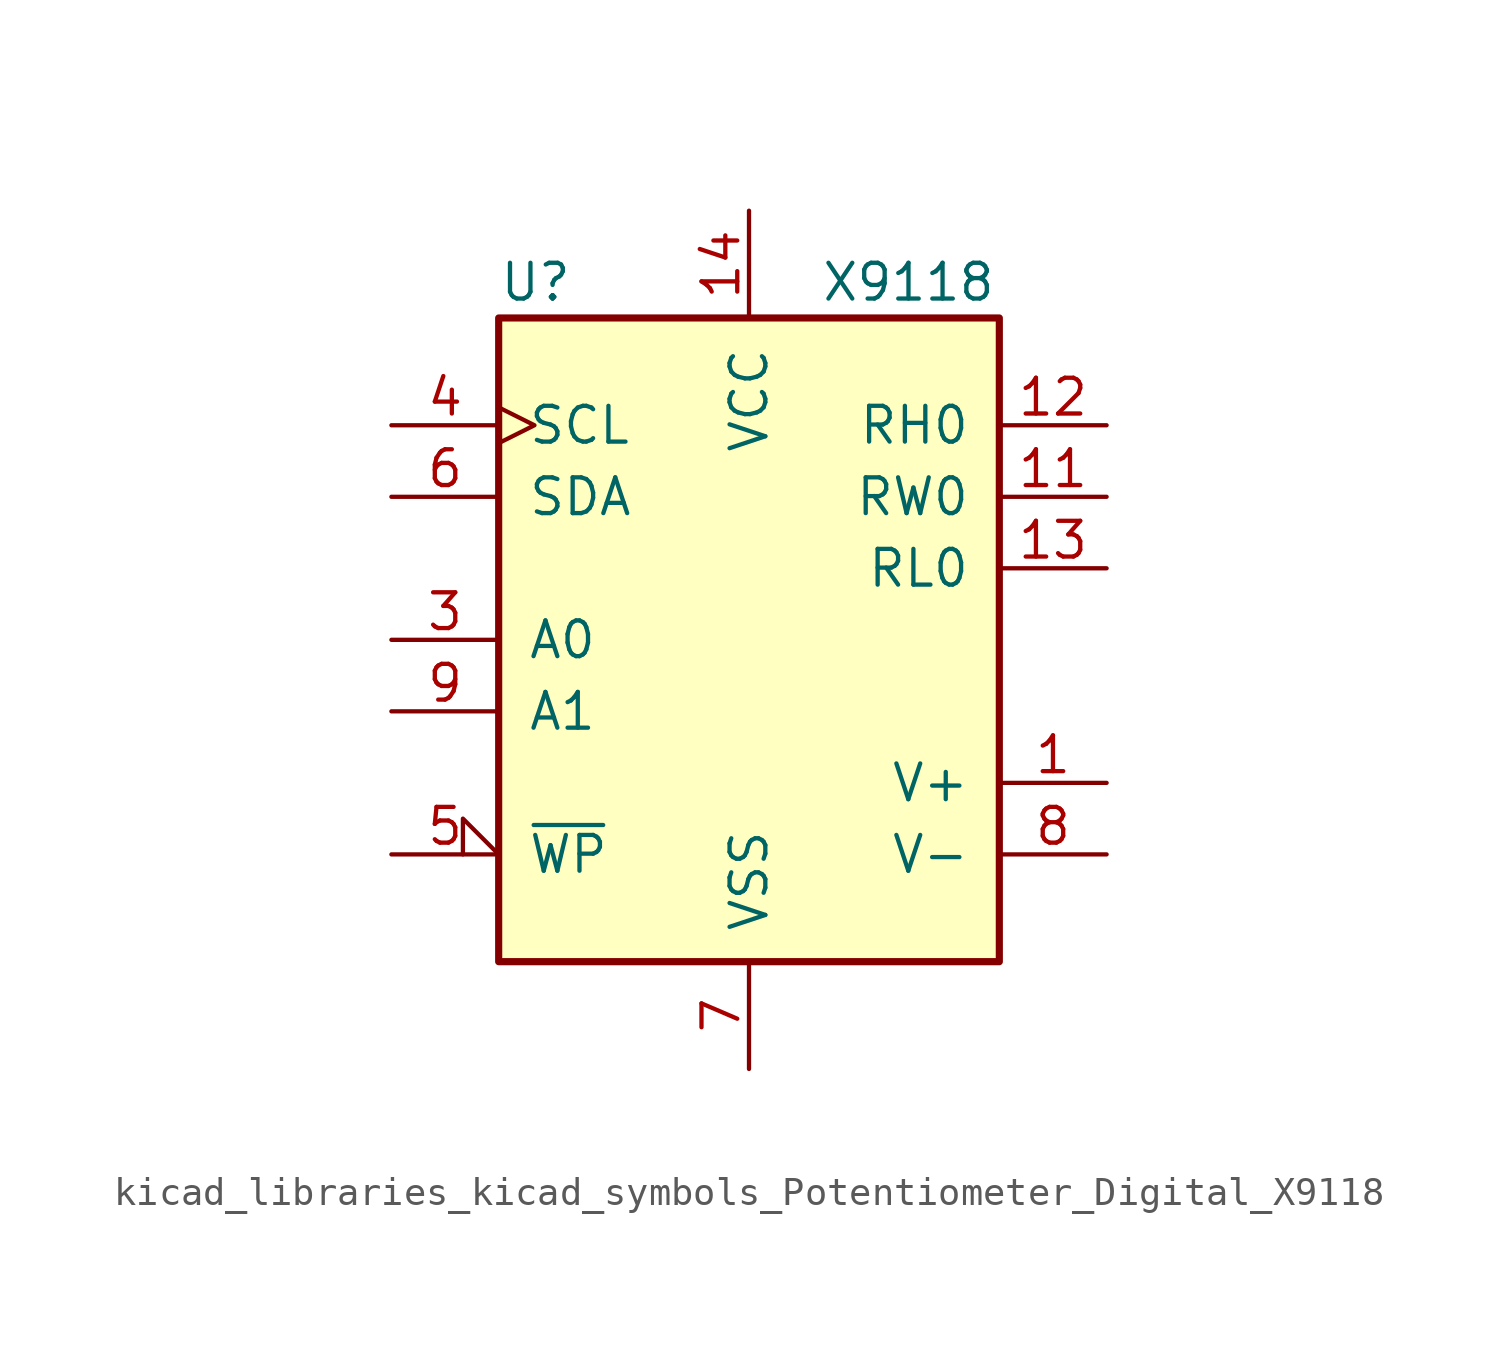
<source format=kicad_sym>
(kicad_symbol_lib
  (version 20220914)
  (generator kicad_symbol_editor)
  (symbol "kicad_libraries_kicad_symbols_Potentiometer_Digital_X9118"
    (pin_names
      (offset 1.016))
    (property "Reference" "U"
      (at -8.89 12.7 0)
      (effects (font (size 1.27 1.27)) (justify left)))
    (property "Value" "X9118"
      (at 2.54 12.7 0)
      (effects (font (size 1.27 1.27)) (justify left)))
    (symbol "kicad_libraries_kicad_symbols_Potentiometer_Digital_X9118_0_0"
      (pin passive line (at 12.7 -5.08 180) (length 3.81) (name "V+" (effects (font (size 1.27 1.27)))) (number "1" (effects (font (size 1.27 1.27)))))
      (pin power_in line (at 0 15.24 270) (length 3.81) (name "VCC" (effects (font (size 1.27 1.27)))) (number "14" (effects (font (size 1.27 1.27)))))
      (pin input line (at -12.7 0 0) (length 3.81) (name "A0" (effects (font (size 1.27 1.27)))) (number "3" (effects (font (size 1.27 1.27)))))
      (pin input clock (at -12.7 7.62 0) (length 3.81) (name "SCL" (effects (font (size 1.27 1.27)))) (number "4" (effects (font (size 1.27 1.27)))))
      (pin bidirectional line (at -12.7 5.08 0) (length 3.81) (name "SDA" (effects (font (size 1.27 1.27)))) (number "6" (effects (font (size 1.27 1.27)))))
      (pin power_in line (at 0 -15.24 90) (length 3.81) (name "VSS" (effects (font (size 1.27 1.27)))) (number "7" (effects (font (size 1.27 1.27)))))
      (pin passive line (at 12.7 -7.62 180) (length 3.81) (name "V-" (effects (font (size 1.27 1.27)))) (number "8" (effects (font (size 1.27 1.27)))))
      (pin input line (at -12.7 -2.54 0) (length 3.81) (name "A1" (effects (font (size 1.27 1.27)))) (number "9" (effects (font (size 1.27 1.27))))))
    (symbol "kicad_libraries_kicad_symbols_Potentiometer_Digital_X9118_0_1"
      (rectangle (start -8.89 11.43) (end 8.89 -11.43) (stroke (width 0.254) (type default)) (fill (type background))))
    (symbol "kicad_libraries_kicad_symbols_Potentiometer_Digital_X9118_1_1"
      (pin passive line (at 12.7 5.08 180) (length 3.81) (name "RW0" (effects (font (size 1.27 1.27)))) (number "11" (effects (font (size 1.27 1.27)))))
      (pin passive line (at 12.7 7.62 180) (length 3.81) (name "RH0" (effects (font (size 1.27 1.27)))) (number "12" (effects (font (size 1.27 1.27)))))
      (pin passive line (at 12.7 2.54 180) (length 3.81) (name "RL0" (effects (font (size 1.27 1.27)))) (number "13" (effects (font (size 1.27 1.27)))))
      (pin input input_low (at -12.7 -7.62 0) (length 3.81) (name "~{WP}" (effects (font (size 1.27 1.27)))) (number "5" (effects (font (size 1.27 1.27))))))))
</source>
